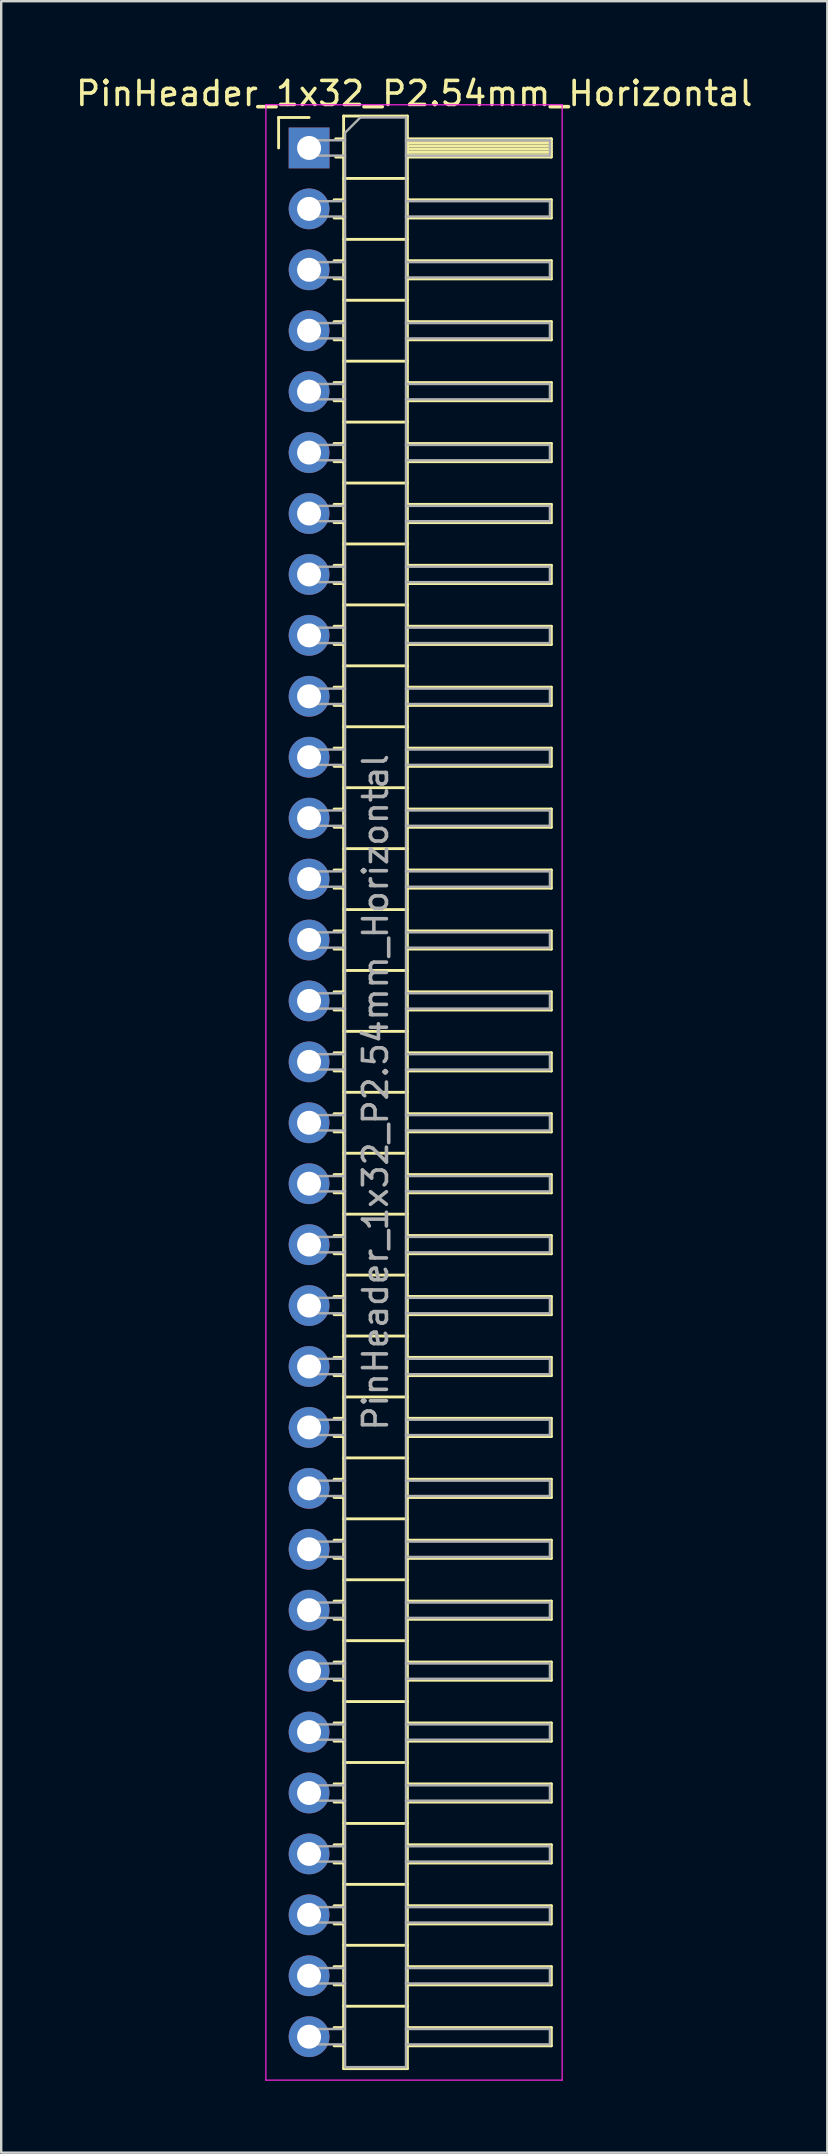
<source format=kicad_pcb>
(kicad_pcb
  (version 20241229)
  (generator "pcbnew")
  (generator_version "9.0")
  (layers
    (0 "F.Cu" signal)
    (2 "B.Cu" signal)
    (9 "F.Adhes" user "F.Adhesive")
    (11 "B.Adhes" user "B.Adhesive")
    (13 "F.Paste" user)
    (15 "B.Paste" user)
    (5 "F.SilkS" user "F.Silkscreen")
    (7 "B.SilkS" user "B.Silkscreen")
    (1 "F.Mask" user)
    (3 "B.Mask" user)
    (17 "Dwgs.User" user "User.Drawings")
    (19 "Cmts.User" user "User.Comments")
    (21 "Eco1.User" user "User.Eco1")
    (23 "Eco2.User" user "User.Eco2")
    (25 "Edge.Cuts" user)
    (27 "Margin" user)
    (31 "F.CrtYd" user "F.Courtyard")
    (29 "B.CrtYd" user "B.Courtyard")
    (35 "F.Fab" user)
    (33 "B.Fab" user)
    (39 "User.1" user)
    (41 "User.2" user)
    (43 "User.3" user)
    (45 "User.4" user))
  (footprint "PinHeader_1x32_P2.54mm_Horizontal"
    (layer "F.Cu")
    (at 9.835 3.118)
    (property "Reference" "PinHeader_1x32_P2.54mm_Horizontal" (at 4.385 -2.27 0) (layer "F.SilkS") (effects (font (size 1 1) (thickness 0.15))))
    (attr through_hole)
    (fp_line (start -1.27 -1.27) (end 0 -1.27) (stroke (width 0.12) (type solid)) (layer "F.SilkS"))
    (fp_line (start -1.27 0) (end -1.27 -1.27) (stroke (width 0.12) (type solid)) (layer "F.SilkS"))
    (fp_line (start 1.043 2.16) (end 1.44 2.16) (stroke (width 0.12) (type solid)) (layer "F.SilkS"))
    (fp_line (start 1.043 2.92) (end 1.44 2.92) (stroke (width 0.12) (type solid)) (layer "F.SilkS"))
    (fp_line (start 1.043 4.7) (end 1.44 4.7) (stroke (width 0.12) (type solid)) (layer "F.SilkS"))
    (fp_line (start 1.043 5.46) (end 1.44 5.46) (stroke (width 0.12) (type solid)) (layer "F.SilkS"))
    (fp_line (start 1.043 7.24) (end 1.44 7.24) (stroke (width 0.12) (type solid)) (layer "F.SilkS"))
    (fp_line (start 1.043 8) (end 1.44 8) (stroke (width 0.12) (type solid)) (layer "F.SilkS"))
    (fp_line (start 1.043 9.78) (end 1.44 9.78) (stroke (width 0.12) (type solid)) (layer "F.SilkS"))
    (fp_line (start 1.043 10.54) (end 1.44 10.54) (stroke (width 0.12) (type solid)) (layer "F.SilkS"))
    (fp_line (start 1.043 12.32) (end 1.44 12.32) (stroke (width 0.12) (type solid)) (layer "F.SilkS"))
    (fp_line (start 1.043 13.08) (end 1.44 13.08) (stroke (width 0.12) (type solid)) (layer "F.SilkS"))
    (fp_line (start 1.043 14.86) (end 1.44 14.86) (stroke (width 0.12) (type solid)) (layer "F.SilkS"))
    (fp_line (start 1.043 15.62) (end 1.44 15.62) (stroke (width 0.12) (type solid)) (layer "F.SilkS"))
    (fp_line (start 1.043 17.4) (end 1.44 17.4) (stroke (width 0.12) (type solid)) (layer "F.SilkS"))
    (fp_line (start 1.043 18.16) (end 1.44 18.16) (stroke (width 0.12) (type solid)) (layer "F.SilkS"))
    (fp_line (start 1.043 19.94) (end 1.44 19.94) (stroke (width 0.12) (type solid)) (layer "F.SilkS"))
    (fp_line (start 1.043 20.7) (end 1.44 20.7) (stroke (width 0.12) (type solid)) (layer "F.SilkS"))
    (fp_line (start 1.043 22.48) (end 1.44 22.48) (stroke (width 0.12) (type solid)) (layer "F.SilkS"))
    (fp_line (start 1.043 23.24) (end 1.44 23.24) (stroke (width 0.12) (type solid)) (layer "F.SilkS"))
    (fp_line (start 1.043 25.02) (end 1.44 25.02) (stroke (width 0.12) (type solid)) (layer "F.SilkS"))
    (fp_line (start 1.043 25.78) (end 1.44 25.78) (stroke (width 0.12) (type solid)) (layer "F.SilkS"))
    (fp_line (start 1.043 27.56) (end 1.44 27.56) (stroke (width 0.12) (type solid)) (layer "F.SilkS"))
    (fp_line (start 1.043 28.32) (end 1.44 28.32) (stroke (width 0.12) (type solid)) (layer "F.SilkS"))
    (fp_line (start 1.043 30.1) (end 1.44 30.1) (stroke (width 0.12) (type solid)) (layer "F.SilkS"))
    (fp_line (start 1.043 30.86) (end 1.44 30.86) (stroke (width 0.12) (type solid)) (layer "F.SilkS"))
    (fp_line (start 1.043 32.64) (end 1.44 32.64) (stroke (width 0.12) (type solid)) (layer "F.SilkS"))
    (fp_line (start 1.043 33.4) (end 1.44 33.4) (stroke (width 0.12) (type solid)) (layer "F.SilkS"))
    (fp_line (start 1.043 35.18) (end 1.44 35.18) (stroke (width 0.12) (type solid)) (layer "F.SilkS"))
    (fp_line (start 1.043 35.94) (end 1.44 35.94) (stroke (width 0.12) (type solid)) (layer "F.SilkS"))
    (fp_line (start 1.043 37.72) (end 1.44 37.72) (stroke (width 0.12) (type solid)) (layer "F.SilkS"))
    (fp_line (start 1.043 38.48) (end 1.44 38.48) (stroke (width 0.12) (type solid)) (layer "F.SilkS"))
    (fp_line (start 1.043 40.26) (end 1.44 40.26) (stroke (width 0.12) (type solid)) (layer "F.SilkS"))
    (fp_line (start 1.043 41.02) (end 1.44 41.02) (stroke (width 0.12) (type solid)) (layer "F.SilkS"))
    (fp_line (start 1.043 42.8) (end 1.44 42.8) (stroke (width 0.12) (type solid)) (layer "F.SilkS"))
    (fp_line (start 1.043 43.56) (end 1.44 43.56) (stroke (width 0.12) (type solid)) (layer "F.SilkS"))
    (fp_line (start 1.043 45.34) (end 1.44 45.34) (stroke (width 0.12) (type solid)) (layer "F.SilkS"))
    (fp_line (start 1.043 46.1) (end 1.44 46.1) (stroke (width 0.12) (type solid)) (layer "F.SilkS"))
    (fp_line (start 1.043 47.88) (end 1.44 47.88) (stroke (width 0.12) (type solid)) (layer "F.SilkS"))
    (fp_line (start 1.043 48.64) (end 1.44 48.64) (stroke (width 0.12) (type solid)) (layer "F.SilkS"))
    (fp_line (start 1.043 50.42) (end 1.44 50.42) (stroke (width 0.12) (type solid)) (layer "F.SilkS"))
    (fp_line (start 1.043 51.18) (end 1.44 51.18) (stroke (width 0.12) (type solid)) (layer "F.SilkS"))
    (fp_line (start 1.043 52.96) (end 1.44 52.96) (stroke (width 0.12) (type solid)) (layer "F.SilkS"))
    (fp_line (start 1.043 53.72) (end 1.44 53.72) (stroke (width 0.12) (type solid)) (layer "F.SilkS"))
    (fp_line (start 1.043 55.5) (end 1.44 55.5) (stroke (width 0.12) (type solid)) (layer "F.SilkS"))
    (fp_line (start 1.043 56.26) (end 1.44 56.26) (stroke (width 0.12) (type solid)) (layer "F.SilkS"))
    (fp_line (start 1.043 58.04) (end 1.44 58.04) (stroke (width 0.12) (type solid)) (layer "F.SilkS"))
    (fp_line (start 1.043 58.8) (end 1.44 58.8) (stroke (width 0.12) (type solid)) (layer "F.SilkS"))
    (fp_line (start 1.043 60.58) (end 1.44 60.58) (stroke (width 0.12) (type solid)) (layer "F.SilkS"))
    (fp_line (start 1.043 61.34) (end 1.44 61.34) (stroke (width 0.12) (type solid)) (layer "F.SilkS"))
    (fp_line (start 1.043 63.12) (end 1.44 63.12) (stroke (width 0.12) (type solid)) (layer "F.SilkS"))
    (fp_line (start 1.043 63.88) (end 1.44 63.88) (stroke (width 0.12) (type solid)) (layer "F.SilkS"))
    (fp_line (start 1.043 65.66) (end 1.44 65.66) (stroke (width 0.12) (type solid)) (layer "F.SilkS"))
    (fp_line (start 1.043 66.42) (end 1.44 66.42) (stroke (width 0.12) (type solid)) (layer "F.SilkS"))
    (fp_line (start 1.043 68.2) (end 1.44 68.2) (stroke (width 0.12) (type solid)) (layer "F.SilkS"))
    (fp_line (start 1.043 68.96) (end 1.44 68.96) (stroke (width 0.12) (type solid)) (layer "F.SilkS"))
    (fp_line (start 1.043 70.74) (end 1.44 70.74) (stroke (width 0.12) (type solid)) (layer "F.SilkS"))
    (fp_line (start 1.043 71.5) (end 1.44 71.5) (stroke (width 0.12) (type solid)) (layer "F.SilkS"))
    (fp_line (start 1.043 73.28) (end 1.44 73.28) (stroke (width 0.12) (type solid)) (layer "F.SilkS"))
    (fp_line (start 1.043 74.04) (end 1.44 74.04) (stroke (width 0.12) (type solid)) (layer "F.SilkS"))
    (fp_line (start 1.043 75.82) (end 1.44 75.82) (stroke (width 0.12) (type solid)) (layer "F.SilkS"))
    (fp_line (start 1.043 76.58) (end 1.44 76.58) (stroke (width 0.12) (type solid)) (layer "F.SilkS"))
    (fp_line (start 1.043 78.36) (end 1.44 78.36) (stroke (width 0.12) (type solid)) (layer "F.SilkS"))
    (fp_line (start 1.043 79.12) (end 1.44 79.12) (stroke (width 0.12) (type solid)) (layer "F.SilkS"))
    (fp_line (start 1.11 -0.38) (end 1.44 -0.38) (stroke (width 0.12) (type solid)) (layer "F.SilkS"))
    (fp_line (start 1.11 0.38) (end 1.44 0.38) (stroke (width 0.12) (type solid)) (layer "F.SilkS"))
    (fp_line (start 1.44 -1.33) (end 1.44 80.07) (stroke (width 0.12) (type solid)) (layer "F.SilkS"))
    (fp_line (start 1.44 1.27) (end 4.1 1.27) (stroke (width 0.12) (type solid)) (layer "F.SilkS"))
    (fp_line (start 1.44 3.81) (end 4.1 3.81) (stroke (width 0.12) (type solid)) (layer "F.SilkS"))
    (fp_line (start 1.44 6.35) (end 4.1 6.35) (stroke (width 0.12) (type solid)) (layer "F.SilkS"))
    (fp_line (start 1.44 8.89) (end 4.1 8.89) (stroke (width 0.12) (type solid)) (layer "F.SilkS"))
    (fp_line (start 1.44 11.43) (end 4.1 11.43) (stroke (width 0.12) (type solid)) (layer "F.SilkS"))
    (fp_line (start 1.44 13.97) (end 4.1 13.97) (stroke (width 0.12) (type solid)) (layer "F.SilkS"))
    (fp_line (start 1.44 16.51) (end 4.1 16.51) (stroke (width 0.12) (type solid)) (layer "F.SilkS"))
    (fp_line (start 1.44 19.05) (end 4.1 19.05) (stroke (width 0.12) (type solid)) (layer "F.SilkS"))
    (fp_line (start 1.44 21.59) (end 4.1 21.59) (stroke (width 0.12) (type solid)) (layer "F.SilkS"))
    (fp_line (start 1.44 24.13) (end 4.1 24.13) (stroke (width 0.12) (type solid)) (layer "F.SilkS"))
    (fp_line (start 1.44 26.67) (end 4.1 26.67) (stroke (width 0.12) (type solid)) (layer "F.SilkS"))
    (fp_line (start 1.44 29.21) (end 4.1 29.21) (stroke (width 0.12) (type solid)) (layer "F.SilkS"))
    (fp_line (start 1.44 31.75) (end 4.1 31.75) (stroke (width 0.12) (type solid)) (layer "F.SilkS"))
    (fp_line (start 1.44 34.29) (end 4.1 34.29) (stroke (width 0.12) (type solid)) (layer "F.SilkS"))
    (fp_line (start 1.44 36.83) (end 4.1 36.83) (stroke (width 0.12) (type solid)) (layer "F.SilkS"))
    (fp_line (start 1.44 39.37) (end 4.1 39.37) (stroke (width 0.12) (type solid)) (layer "F.SilkS"))
    (fp_line (start 1.44 41.91) (end 4.1 41.91) (stroke (width 0.12) (type solid)) (layer "F.SilkS"))
    (fp_line (start 1.44 44.45) (end 4.1 44.45) (stroke (width 0.12) (type solid)) (layer "F.SilkS"))
    (fp_line (start 1.44 46.99) (end 4.1 46.99) (stroke (width 0.12) (type solid)) (layer "F.SilkS"))
    (fp_line (start 1.44 49.53) (end 4.1 49.53) (stroke (width 0.12) (type solid)) (layer "F.SilkS"))
    (fp_line (start 1.44 52.07) (end 4.1 52.07) (stroke (width 0.12) (type solid)) (layer "F.SilkS"))
    (fp_line (start 1.44 54.61) (end 4.1 54.61) (stroke (width 0.12) (type solid)) (layer "F.SilkS"))
    (fp_line (start 1.44 57.15) (end 4.1 57.15) (stroke (width 0.12) (type solid)) (layer "F.SilkS"))
    (fp_line (start 1.44 59.69) (end 4.1 59.69) (stroke (width 0.12) (type solid)) (layer "F.SilkS"))
    (fp_line (start 1.44 62.23) (end 4.1 62.23) (stroke (width 0.12) (type solid)) (layer "F.SilkS"))
    (fp_line (start 1.44 64.77) (end 4.1 64.77) (stroke (width 0.12) (type solid)) (layer "F.SilkS"))
    (fp_line (start 1.44 67.31) (end 4.1 67.31) (stroke (width 0.12) (type solid)) (layer "F.SilkS"))
    (fp_line (start 1.44 69.85) (end 4.1 69.85) (stroke (width 0.12) (type solid)) (layer "F.SilkS"))
    (fp_line (start 1.44 72.39) (end 4.1 72.39) (stroke (width 0.12) (type solid)) (layer "F.SilkS"))
    (fp_line (start 1.44 74.93) (end 4.1 74.93) (stroke (width 0.12) (type solid)) (layer "F.SilkS"))
    (fp_line (start 1.44 77.47) (end 4.1 77.47) (stroke (width 0.12) (type solid)) (layer "F.SilkS"))
    (fp_line (start 1.44 80.07) (end 4.1 80.07) (stroke (width 0.12) (type solid)) (layer "F.SilkS"))
    (fp_line (start 4.1 -1.33) (end 1.44 -1.33) (stroke (width 0.12) (type solid)) (layer "F.SilkS"))
    (fp_line (start 4.1 -0.38) (end 10.1 -0.38) (stroke (width 0.12) (type solid)) (layer "F.SilkS"))
    (fp_line (start 4.1 -0.32) (end 10.1 -0.32) (stroke (width 0.12) (type solid)) (layer "F.SilkS"))
    (fp_line (start 4.1 -0.2) (end 10.1 -0.2) (stroke (width 0.12) (type solid)) (layer "F.SilkS"))
    (fp_line (start 4.1 -0.08) (end 10.1 -0.08) (stroke (width 0.12) (type solid)) (layer "F.SilkS"))
    (fp_line (start 4.1 0.04) (end 10.1 0.04) (stroke (width 0.12) (type solid)) (layer "F.SilkS"))
    (fp_line (start 4.1 0.16) (end 10.1 0.16) (stroke (width 0.12) (type solid)) (layer "F.SilkS"))
    (fp_line (start 4.1 0.28) (end 10.1 0.28) (stroke (width 0.12) (type solid)) (layer "F.SilkS"))
    (fp_line (start 4.1 2.16) (end 10.1 2.16) (stroke (width 0.12) (type solid)) (layer "F.SilkS"))
    (fp_line (start 4.1 4.7) (end 10.1 4.7) (stroke (width 0.12) (type solid)) (layer "F.SilkS"))
    (fp_line (start 4.1 7.24) (end 10.1 7.24) (stroke (width 0.12) (type solid)) (layer "F.SilkS"))
    (fp_line (start 4.1 9.78) (end 10.1 9.78) (stroke (width 0.12) (type solid)) (layer "F.SilkS"))
    (fp_line (start 4.1 12.32) (end 10.1 12.32) (stroke (width 0.12) (type solid)) (layer "F.SilkS"))
    (fp_line (start 4.1 14.86) (end 10.1 14.86) (stroke (width 0.12) (type solid)) (layer "F.SilkS"))
    (fp_line (start 4.1 17.4) (end 10.1 17.4) (stroke (width 0.12) (type solid)) (layer "F.SilkS"))
    (fp_line (start 4.1 19.94) (end 10.1 19.94) (stroke (width 0.12) (type solid)) (layer "F.SilkS"))
    (fp_line (start 4.1 22.48) (end 10.1 22.48) (stroke (width 0.12) (type solid)) (layer "F.SilkS"))
    (fp_line (start 4.1 25.02) (end 10.1 25.02) (stroke (width 0.12) (type solid)) (layer "F.SilkS"))
    (fp_line (start 4.1 27.56) (end 10.1 27.56) (stroke (width 0.12) (type solid)) (layer "F.SilkS"))
    (fp_line (start 4.1 30.1) (end 10.1 30.1) (stroke (width 0.12) (type solid)) (layer "F.SilkS"))
    (fp_line (start 4.1 32.64) (end 10.1 32.64) (stroke (width 0.12) (type solid)) (layer "F.SilkS"))
    (fp_line (start 4.1 35.18) (end 10.1 35.18) (stroke (width 0.12) (type solid)) (layer "F.SilkS"))
    (fp_line (start 4.1 37.72) (end 10.1 37.72) (stroke (width 0.12) (type solid)) (layer "F.SilkS"))
    (fp_line (start 4.1 40.26) (end 10.1 40.26) (stroke (width 0.12) (type solid)) (layer "F.SilkS"))
    (fp_line (start 4.1 42.8) (end 10.1 42.8) (stroke (width 0.12) (type solid)) (layer "F.SilkS"))
    (fp_line (start 4.1 45.34) (end 10.1 45.34) (stroke (width 0.12) (type solid)) (layer "F.SilkS"))
    (fp_line (start 4.1 47.88) (end 10.1 47.88) (stroke (width 0.12) (type solid)) (layer "F.SilkS"))
    (fp_line (start 4.1 50.42) (end 10.1 50.42) (stroke (width 0.12) (type solid)) (layer "F.SilkS"))
    (fp_line (start 4.1 52.96) (end 10.1 52.96) (stroke (width 0.12) (type solid)) (layer "F.SilkS"))
    (fp_line (start 4.1 55.5) (end 10.1 55.5) (stroke (width 0.12) (type solid)) (layer "F.SilkS"))
    (fp_line (start 4.1 58.04) (end 10.1 58.04) (stroke (width 0.12) (type solid)) (layer "F.SilkS"))
    (fp_line (start 4.1 60.58) (end 10.1 60.58) (stroke (width 0.12) (type solid)) (layer "F.SilkS"))
    (fp_line (start 4.1 63.12) (end 10.1 63.12) (stroke (width 0.12) (type solid)) (layer "F.SilkS"))
    (fp_line (start 4.1 65.66) (end 10.1 65.66) (stroke (width 0.12) (type solid)) (layer "F.SilkS"))
    (fp_line (start 4.1 68.2) (end 10.1 68.2) (stroke (width 0.12) (type solid)) (layer "F.SilkS"))
    (fp_line (start 4.1 70.74) (end 10.1 70.74) (stroke (width 0.12) (type solid)) (layer "F.SilkS"))
    (fp_line (start 4.1 73.28) (end 10.1 73.28) (stroke (width 0.12) (type solid)) (layer "F.SilkS"))
    (fp_line (start 4.1 75.82) (end 10.1 75.82) (stroke (width 0.12) (type solid)) (layer "F.SilkS"))
    (fp_line (start 4.1 78.36) (end 10.1 78.36) (stroke (width 0.12) (type solid)) (layer "F.SilkS"))
    (fp_line (start 4.1 80.07) (end 4.1 -1.33) (stroke (width 0.12) (type solid)) (layer "F.SilkS"))
    (fp_line (start 10.1 -0.38) (end 10.1 0.38) (stroke (width 0.12) (type solid)) (layer "F.SilkS"))
    (fp_line (start 10.1 0.38) (end 4.1 0.38) (stroke (width 0.12) (type solid)) (layer "F.SilkS"))
    (fp_line (start 10.1 2.16) (end 10.1 2.92) (stroke (width 0.12) (type solid)) (layer "F.SilkS"))
    (fp_line (start 10.1 2.92) (end 4.1 2.92) (stroke (width 0.12) (type solid)) (layer "F.SilkS"))
    (fp_line (start 10.1 4.7) (end 10.1 5.46) (stroke (width 0.12) (type solid)) (layer "F.SilkS"))
    (fp_line (start 10.1 5.46) (end 4.1 5.46) (stroke (width 0.12) (type solid)) (layer "F.SilkS"))
    (fp_line (start 10.1 7.24) (end 10.1 8) (stroke (width 0.12) (type solid)) (layer "F.SilkS"))
    (fp_line (start 10.1 8) (end 4.1 8) (stroke (width 0.12) (type solid)) (layer "F.SilkS"))
    (fp_line (start 10.1 9.78) (end 10.1 10.54) (stroke (width 0.12) (type solid)) (layer "F.SilkS"))
    (fp_line (start 10.1 10.54) (end 4.1 10.54) (stroke (width 0.12) (type solid)) (layer "F.SilkS"))
    (fp_line (start 10.1 12.32) (end 10.1 13.08) (stroke (width 0.12) (type solid)) (layer "F.SilkS"))
    (fp_line (start 10.1 13.08) (end 4.1 13.08) (stroke (width 0.12) (type solid)) (layer "F.SilkS"))
    (fp_line (start 10.1 14.86) (end 10.1 15.62) (stroke (width 0.12) (type solid)) (layer "F.SilkS"))
    (fp_line (start 10.1 15.62) (end 4.1 15.62) (stroke (width 0.12) (type solid)) (layer "F.SilkS"))
    (fp_line (start 10.1 17.4) (end 10.1 18.16) (stroke (width 0.12) (type solid)) (layer "F.SilkS"))
    (fp_line (start 10.1 18.16) (end 4.1 18.16) (stroke (width 0.12) (type solid)) (layer "F.SilkS"))
    (fp_line (start 10.1 19.94) (end 10.1 20.7) (stroke (width 0.12) (type solid)) (layer "F.SilkS"))
    (fp_line (start 10.1 20.7) (end 4.1 20.7) (stroke (width 0.12) (type solid)) (layer "F.SilkS"))
    (fp_line (start 10.1 22.48) (end 10.1 23.24) (stroke (width 0.12) (type solid)) (layer "F.SilkS"))
    (fp_line (start 10.1 23.24) (end 4.1 23.24) (stroke (width 0.12) (type solid)) (layer "F.SilkS"))
    (fp_line (start 10.1 25.02) (end 10.1 25.78) (stroke (width 0.12) (type solid)) (layer "F.SilkS"))
    (fp_line (start 10.1 25.78) (end 4.1 25.78) (stroke (width 0.12) (type solid)) (layer "F.SilkS"))
    (fp_line (start 10.1 27.56) (end 10.1 28.32) (stroke (width 0.12) (type solid)) (layer "F.SilkS"))
    (fp_line (start 10.1 28.32) (end 4.1 28.32) (stroke (width 0.12) (type solid)) (layer "F.SilkS"))
    (fp_line (start 10.1 30.1) (end 10.1 30.86) (stroke (width 0.12) (type solid)) (layer "F.SilkS"))
    (fp_line (start 10.1 30.86) (end 4.1 30.86) (stroke (width 0.12) (type solid)) (layer "F.SilkS"))
    (fp_line (start 10.1 32.64) (end 10.1 33.4) (stroke (width 0.12) (type solid)) (layer "F.SilkS"))
    (fp_line (start 10.1 33.4) (end 4.1 33.4) (stroke (width 0.12) (type solid)) (layer "F.SilkS"))
    (fp_line (start 10.1 35.18) (end 10.1 35.94) (stroke (width 0.12) (type solid)) (layer "F.SilkS"))
    (fp_line (start 10.1 35.94) (end 4.1 35.94) (stroke (width 0.12) (type solid)) (layer "F.SilkS"))
    (fp_line (start 10.1 37.72) (end 10.1 38.48) (stroke (width 0.12) (type solid)) (layer "F.SilkS"))
    (fp_line (start 10.1 38.48) (end 4.1 38.48) (stroke (width 0.12) (type solid)) (layer "F.SilkS"))
    (fp_line (start 10.1 40.26) (end 10.1 41.02) (stroke (width 0.12) (type solid)) (layer "F.SilkS"))
    (fp_line (start 10.1 41.02) (end 4.1 41.02) (stroke (width 0.12) (type solid)) (layer "F.SilkS"))
    (fp_line (start 10.1 42.8) (end 10.1 43.56) (stroke (width 0.12) (type solid)) (layer "F.SilkS"))
    (fp_line (start 10.1 43.56) (end 4.1 43.56) (stroke (width 0.12) (type solid)) (layer "F.SilkS"))
    (fp_line (start 10.1 45.34) (end 10.1 46.1) (stroke (width 0.12) (type solid)) (layer "F.SilkS"))
    (fp_line (start 10.1 46.1) (end 4.1 46.1) (stroke (width 0.12) (type solid)) (layer "F.SilkS"))
    (fp_line (start 10.1 47.88) (end 10.1 48.64) (stroke (width 0.12) (type solid)) (layer "F.SilkS"))
    (fp_line (start 10.1 48.64) (end 4.1 48.64) (stroke (width 0.12) (type solid)) (layer "F.SilkS"))
    (fp_line (start 10.1 50.42) (end 10.1 51.18) (stroke (width 0.12) (type solid)) (layer "F.SilkS"))
    (fp_line (start 10.1 51.18) (end 4.1 51.18) (stroke (width 0.12) (type solid)) (layer "F.SilkS"))
    (fp_line (start 10.1 52.96) (end 10.1 53.72) (stroke (width 0.12) (type solid)) (layer "F.SilkS"))
    (fp_line (start 10.1 53.72) (end 4.1 53.72) (stroke (width 0.12) (type solid)) (layer "F.SilkS"))
    (fp_line (start 10.1 55.5) (end 10.1 56.26) (stroke (width 0.12) (type solid)) (layer "F.SilkS"))
    (fp_line (start 10.1 56.26) (end 4.1 56.26) (stroke (width 0.12) (type solid)) (layer "F.SilkS"))
    (fp_line (start 10.1 58.04) (end 10.1 58.8) (stroke (width 0.12) (type solid)) (layer "F.SilkS"))
    (fp_line (start 10.1 58.8) (end 4.1 58.8) (stroke (width 0.12) (type solid)) (layer "F.SilkS"))
    (fp_line (start 10.1 60.58) (end 10.1 61.34) (stroke (width 0.12) (type solid)) (layer "F.SilkS"))
    (fp_line (start 10.1 61.34) (end 4.1 61.34) (stroke (width 0.12) (type solid)) (layer "F.SilkS"))
    (fp_line (start 10.1 63.12) (end 10.1 63.88) (stroke (width 0.12) (type solid)) (layer "F.SilkS"))
    (fp_line (start 10.1 63.88) (end 4.1 63.88) (stroke (width 0.12) (type solid)) (layer "F.SilkS"))
    (fp_line (start 10.1 65.66) (end 10.1 66.42) (stroke (width 0.12) (type solid)) (layer "F.SilkS"))
    (fp_line (start 10.1 66.42) (end 4.1 66.42) (stroke (width 0.12) (type solid)) (layer "F.SilkS"))
    (fp_line (start 10.1 68.2) (end 10.1 68.96) (stroke (width 0.12) (type solid)) (layer "F.SilkS"))
    (fp_line (start 10.1 68.96) (end 4.1 68.96) (stroke (width 0.12) (type solid)) (layer "F.SilkS"))
    (fp_line (start 10.1 70.74) (end 10.1 71.5) (stroke (width 0.12) (type solid)) (layer "F.SilkS"))
    (fp_line (start 10.1 71.5) (end 4.1 71.5) (stroke (width 0.12) (type solid)) (layer "F.SilkS"))
    (fp_line (start 10.1 73.28) (end 10.1 74.04) (stroke (width 0.12) (type solid)) (layer "F.SilkS"))
    (fp_line (start 10.1 74.04) (end 4.1 74.04) (stroke (width 0.12) (type solid)) (layer "F.SilkS"))
    (fp_line (start 10.1 75.82) (end 10.1 76.58) (stroke (width 0.12) (type solid)) (layer "F.SilkS"))
    (fp_line (start 10.1 76.58) (end 4.1 76.58) (stroke (width 0.12) (type solid)) (layer "F.SilkS"))
    (fp_line (start 10.1 78.36) (end 10.1 79.12) (stroke (width 0.12) (type solid)) (layer "F.SilkS"))
    (fp_line (start 10.1 79.12) (end 4.1 79.12) (stroke (width 0.12) (type solid)) (layer "F.SilkS"))
    (fp_line (start -1.8 -1.8) (end -1.8 80.55) (stroke (width 0.05) (type solid)) (layer "F.CrtYd"))
    (fp_line (start -1.8 80.55) (end 10.55 80.55) (stroke (width 0.05) (type solid)) (layer "F.CrtYd"))
    (fp_line (start 10.55 -1.8) (end -1.8 -1.8) (stroke (width 0.05) (type solid)) (layer "F.CrtYd"))
    (fp_line (start 10.55 80.55) (end 10.55 -1.8) (stroke (width 0.05) (type solid)) (layer "F.CrtYd"))
    (fp_line (start -0.32 -0.32) (end -0.32 0.32) (stroke (width 0.1) (type solid)) (layer "F.Fab"))
    (fp_line (start -0.32 -0.32) (end 1.5 -0.32) (stroke (width 0.1) (type solid)) (layer "F.Fab"))
    (fp_line (start -0.32 0.32) (end 1.5 0.32) (stroke (width 0.1) (type solid)) (layer "F.Fab"))
    (fp_line (start -0.32 2.22) (end -0.32 2.86) (stroke (width 0.1) (type solid)) (layer "F.Fab"))
    (fp_line (start -0.32 2.22) (end 1.5 2.22) (stroke (width 0.1) (type solid)) (layer "F.Fab"))
    (fp_line (start -0.32 2.86) (end 1.5 2.86) (stroke (width 0.1) (type solid)) (layer "F.Fab"))
    (fp_line (start -0.32 4.76) (end -0.32 5.4) (stroke (width 0.1) (type solid)) (layer "F.Fab"))
    (fp_line (start -0.32 4.76) (end 1.5 4.76) (stroke (width 0.1) (type solid)) (layer "F.Fab"))
    (fp_line (start -0.32 5.4) (end 1.5 5.4) (stroke (width 0.1) (type solid)) (layer "F.Fab"))
    (fp_line (start -0.32 7.3) (end -0.32 7.94) (stroke (width 0.1) (type solid)) (layer "F.Fab"))
    (fp_line (start -0.32 7.3) (end 1.5 7.3) (stroke (width 0.1) (type solid)) (layer "F.Fab"))
    (fp_line (start -0.32 7.94) (end 1.5 7.94) (stroke (width 0.1) (type solid)) (layer "F.Fab"))
    (fp_line (start -0.32 9.84) (end -0.32 10.48) (stroke (width 0.1) (type solid)) (layer "F.Fab"))
    (fp_line (start -0.32 9.84) (end 1.5 9.84) (stroke (width 0.1) (type solid)) (layer "F.Fab"))
    (fp_line (start -0.32 10.48) (end 1.5 10.48) (stroke (width 0.1) (type solid)) (layer "F.Fab"))
    (fp_line (start -0.32 12.38) (end -0.32 13.02) (stroke (width 0.1) (type solid)) (layer "F.Fab"))
    (fp_line (start -0.32 12.38) (end 1.5 12.38) (stroke (width 0.1) (type solid)) (layer "F.Fab"))
    (fp_line (start -0.32 13.02) (end 1.5 13.02) (stroke (width 0.1) (type solid)) (layer "F.Fab"))
    (fp_line (start -0.32 14.92) (end -0.32 15.56) (stroke (width 0.1) (type solid)) (layer "F.Fab"))
    (fp_line (start -0.32 14.92) (end 1.5 14.92) (stroke (width 0.1) (type solid)) (layer "F.Fab"))
    (fp_line (start -0.32 15.56) (end 1.5 15.56) (stroke (width 0.1) (type solid)) (layer "F.Fab"))
    (fp_line (start -0.32 17.46) (end -0.32 18.1) (stroke (width 0.1) (type solid)) (layer "F.Fab"))
    (fp_line (start -0.32 17.46) (end 1.5 17.46) (stroke (width 0.1) (type solid)) (layer "F.Fab"))
    (fp_line (start -0.32 18.1) (end 1.5 18.1) (stroke (width 0.1) (type solid)) (layer "F.Fab"))
    (fp_line (start -0.32 20) (end -0.32 20.64) (stroke (width 0.1) (type solid)) (layer "F.Fab"))
    (fp_line (start -0.32 20) (end 1.5 20) (stroke (width 0.1) (type solid)) (layer "F.Fab"))
    (fp_line (start -0.32 20.64) (end 1.5 20.64) (stroke (width 0.1) (type solid)) (layer "F.Fab"))
    (fp_line (start -0.32 22.54) (end -0.32 23.18) (stroke (width 0.1) (type solid)) (layer "F.Fab"))
    (fp_line (start -0.32 22.54) (end 1.5 22.54) (stroke (width 0.1) (type solid)) (layer "F.Fab"))
    (fp_line (start -0.32 23.18) (end 1.5 23.18) (stroke (width 0.1) (type solid)) (layer "F.Fab"))
    (fp_line (start -0.32 25.08) (end -0.32 25.72) (stroke (width 0.1) (type solid)) (layer "F.Fab"))
    (fp_line (start -0.32 25.08) (end 1.5 25.08) (stroke (width 0.1) (type solid)) (layer "F.Fab"))
    (fp_line (start -0.32 25.72) (end 1.5 25.72) (stroke (width 0.1) (type solid)) (layer "F.Fab"))
    (fp_line (start -0.32 27.62) (end -0.32 28.26) (stroke (width 0.1) (type solid)) (layer "F.Fab"))
    (fp_line (start -0.32 27.62) (end 1.5 27.62) (stroke (width 0.1) (type solid)) (layer "F.Fab"))
    (fp_line (start -0.32 28.26) (end 1.5 28.26) (stroke (width 0.1) (type solid)) (layer "F.Fab"))
    (fp_line (start -0.32 30.16) (end -0.32 30.8) (stroke (width 0.1) (type solid)) (layer "F.Fab"))
    (fp_line (start -0.32 30.16) (end 1.5 30.16) (stroke (width 0.1) (type solid)) (layer "F.Fab"))
    (fp_line (start -0.32 30.8) (end 1.5 30.8) (stroke (width 0.1) (type solid)) (layer "F.Fab"))
    (fp_line (start -0.32 32.7) (end -0.32 33.34) (stroke (width 0.1) (type solid)) (layer "F.Fab"))
    (fp_line (start -0.32 32.7) (end 1.5 32.7) (stroke (width 0.1) (type solid)) (layer "F.Fab"))
    (fp_line (start -0.32 33.34) (end 1.5 33.34) (stroke (width 0.1) (type solid)) (layer "F.Fab"))
    (fp_line (start -0.32 35.24) (end -0.32 35.88) (stroke (width 0.1) (type solid)) (layer "F.Fab"))
    (fp_line (start -0.32 35.24) (end 1.5 35.24) (stroke (width 0.1) (type solid)) (layer "F.Fab"))
    (fp_line (start -0.32 35.88) (end 1.5 35.88) (stroke (width 0.1) (type solid)) (layer "F.Fab"))
    (fp_line (start -0.32 37.78) (end -0.32 38.42) (stroke (width 0.1) (type solid)) (layer "F.Fab"))
    (fp_line (start -0.32 37.78) (end 1.5 37.78) (stroke (width 0.1) (type solid)) (layer "F.Fab"))
    (fp_line (start -0.32 38.42) (end 1.5 38.42) (stroke (width 0.1) (type solid)) (layer "F.Fab"))
    (fp_line (start -0.32 40.32) (end -0.32 40.96) (stroke (width 0.1) (type solid)) (layer "F.Fab"))
    (fp_line (start -0.32 40.32) (end 1.5 40.32) (stroke (width 0.1) (type solid)) (layer "F.Fab"))
    (fp_line (start -0.32 40.96) (end 1.5 40.96) (stroke (width 0.1) (type solid)) (layer "F.Fab"))
    (fp_line (start -0.32 42.86) (end -0.32 43.5) (stroke (width 0.1) (type solid)) (layer "F.Fab"))
    (fp_line (start -0.32 42.86) (end 1.5 42.86) (stroke (width 0.1) (type solid)) (layer "F.Fab"))
    (fp_line (start -0.32 43.5) (end 1.5 43.5) (stroke (width 0.1) (type solid)) (layer "F.Fab"))
    (fp_line (start -0.32 45.4) (end -0.32 46.04) (stroke (width 0.1) (type solid)) (layer "F.Fab"))
    (fp_line (start -0.32 45.4) (end 1.5 45.4) (stroke (width 0.1) (type solid)) (layer "F.Fab"))
    (fp_line (start -0.32 46.04) (end 1.5 46.04) (stroke (width 0.1) (type solid)) (layer "F.Fab"))
    (fp_line (start -0.32 47.94) (end -0.32 48.58) (stroke (width 0.1) (type solid)) (layer "F.Fab"))
    (fp_line (start -0.32 47.94) (end 1.5 47.94) (stroke (width 0.1) (type solid)) (layer "F.Fab"))
    (fp_line (start -0.32 48.58) (end 1.5 48.58) (stroke (width 0.1) (type solid)) (layer "F.Fab"))
    (fp_line (start -0.32 50.48) (end -0.32 51.12) (stroke (width 0.1) (type solid)) (layer "F.Fab"))
    (fp_line (start -0.32 50.48) (end 1.5 50.48) (stroke (width 0.1) (type solid)) (layer "F.Fab"))
    (fp_line (start -0.32 51.12) (end 1.5 51.12) (stroke (width 0.1) (type solid)) (layer "F.Fab"))
    (fp_line (start -0.32 53.02) (end -0.32 53.66) (stroke (width 0.1) (type solid)) (layer "F.Fab"))
    (fp_line (start -0.32 53.02) (end 1.5 53.02) (stroke (width 0.1) (type solid)) (layer "F.Fab"))
    (fp_line (start -0.32 53.66) (end 1.5 53.66) (stroke (width 0.1) (type solid)) (layer "F.Fab"))
    (fp_line (start -0.32 55.56) (end -0.32 56.2) (stroke (width 0.1) (type solid)) (layer "F.Fab"))
    (fp_line (start -0.32 55.56) (end 1.5 55.56) (stroke (width 0.1) (type solid)) (layer "F.Fab"))
    (fp_line (start -0.32 56.2) (end 1.5 56.2) (stroke (width 0.1) (type solid)) (layer "F.Fab"))
    (fp_line (start -0.32 58.1) (end -0.32 58.74) (stroke (width 0.1) (type solid)) (layer "F.Fab"))
    (fp_line (start -0.32 58.1) (end 1.5 58.1) (stroke (width 0.1) (type solid)) (layer "F.Fab"))
    (fp_line (start -0.32 58.74) (end 1.5 58.74) (stroke (width 0.1) (type solid)) (layer "F.Fab"))
    (fp_line (start -0.32 60.64) (end -0.32 61.28) (stroke (width 0.1) (type solid)) (layer "F.Fab"))
    (fp_line (start -0.32 60.64) (end 1.5 60.64) (stroke (width 0.1) (type solid)) (layer "F.Fab"))
    (fp_line (start -0.32 61.28) (end 1.5 61.28) (stroke (width 0.1) (type solid)) (layer "F.Fab"))
    (fp_line (start -0.32 63.18) (end -0.32 63.82) (stroke (width 0.1) (type solid)) (layer "F.Fab"))
    (fp_line (start -0.32 63.18) (end 1.5 63.18) (stroke (width 0.1) (type solid)) (layer "F.Fab"))
    (fp_line (start -0.32 63.82) (end 1.5 63.82) (stroke (width 0.1) (type solid)) (layer "F.Fab"))
    (fp_line (start -0.32 65.72) (end -0.32 66.36) (stroke (width 0.1) (type solid)) (layer "F.Fab"))
    (fp_line (start -0.32 65.72) (end 1.5 65.72) (stroke (width 0.1) (type solid)) (layer "F.Fab"))
    (fp_line (start -0.32 66.36) (end 1.5 66.36) (stroke (width 0.1) (type solid)) (layer "F.Fab"))
    (fp_line (start -0.32 68.26) (end -0.32 68.9) (stroke (width 0.1) (type solid)) (layer "F.Fab"))
    (fp_line (start -0.32 68.26) (end 1.5 68.26) (stroke (width 0.1) (type solid)) (layer "F.Fab"))
    (fp_line (start -0.32 68.9) (end 1.5 68.9) (stroke (width 0.1) (type solid)) (layer "F.Fab"))
    (fp_line (start -0.32 70.8) (end -0.32 71.44) (stroke (width 0.1) (type solid)) (layer "F.Fab"))
    (fp_line (start -0.32 70.8) (end 1.5 70.8) (stroke (width 0.1) (type solid)) (layer "F.Fab"))
    (fp_line (start -0.32 71.44) (end 1.5 71.44) (stroke (width 0.1) (type solid)) (layer "F.Fab"))
    (fp_line (start -0.32 73.34) (end -0.32 73.98) (stroke (width 0.1) (type solid)) (layer "F.Fab"))
    (fp_line (start -0.32 73.34) (end 1.5 73.34) (stroke (width 0.1) (type solid)) (layer "F.Fab"))
    (fp_line (start -0.32 73.98) (end 1.5 73.98) (stroke (width 0.1) (type solid)) (layer "F.Fab"))
    (fp_line (start -0.32 75.88) (end -0.32 76.52) (stroke (width 0.1) (type solid)) (layer "F.Fab"))
    (fp_line (start -0.32 75.88) (end 1.5 75.88) (stroke (width 0.1) (type solid)) (layer "F.Fab"))
    (fp_line (start -0.32 76.52) (end 1.5 76.52) (stroke (width 0.1) (type solid)) (layer "F.Fab"))
    (fp_line (start -0.32 78.42) (end -0.32 79.06) (stroke (width 0.1) (type solid)) (layer "F.Fab"))
    (fp_line (start -0.32 78.42) (end 1.5 78.42) (stroke (width 0.1) (type solid)) (layer "F.Fab"))
    (fp_line (start -0.32 79.06) (end 1.5 79.06) (stroke (width 0.1) (type solid)) (layer "F.Fab"))
    (fp_line (start 1.5 -0.635) (end 2.135 -1.27) (stroke (width 0.1) (type solid)) (layer "F.Fab"))
    (fp_line (start 1.5 80.01) (end 1.5 -0.635) (stroke (width 0.1) (type solid)) (layer "F.Fab"))
    (fp_line (start 2.135 -1.27) (end 4.04 -1.27) (stroke (width 0.1) (type solid)) (layer "F.Fab"))
    (fp_line (start 4.04 -1.27) (end 4.04 80.01) (stroke (width 0.1) (type solid)) (layer "F.Fab"))
    (fp_line (start 4.04 -0.32) (end 10.04 -0.32) (stroke (width 0.1) (type solid)) (layer "F.Fab"))
    (fp_line (start 4.04 0.32) (end 10.04 0.32) (stroke (width 0.1) (type solid)) (layer "F.Fab"))
    (fp_line (start 4.04 2.22) (end 10.04 2.22) (stroke (width 0.1) (type solid)) (layer "F.Fab"))
    (fp_line (start 4.04 2.86) (end 10.04 2.86) (stroke (width 0.1) (type solid)) (layer "F.Fab"))
    (fp_line (start 4.04 4.76) (end 10.04 4.76) (stroke (width 0.1) (type solid)) (layer "F.Fab"))
    (fp_line (start 4.04 5.4) (end 10.04 5.4) (stroke (width 0.1) (type solid)) (layer "F.Fab"))
    (fp_line (start 4.04 7.3) (end 10.04 7.3) (stroke (width 0.1) (type solid)) (layer "F.Fab"))
    (fp_line (start 4.04 7.94) (end 10.04 7.94) (stroke (width 0.1) (type solid)) (layer "F.Fab"))
    (fp_line (start 4.04 9.84) (end 10.04 9.84) (stroke (width 0.1) (type solid)) (layer "F.Fab"))
    (fp_line (start 4.04 10.48) (end 10.04 10.48) (stroke (width 0.1) (type solid)) (layer "F.Fab"))
    (fp_line (start 4.04 12.38) (end 10.04 12.38) (stroke (width 0.1) (type solid)) (layer "F.Fab"))
    (fp_line (start 4.04 13.02) (end 10.04 13.02) (stroke (width 0.1) (type solid)) (layer "F.Fab"))
    (fp_line (start 4.04 14.92) (end 10.04 14.92) (stroke (width 0.1) (type solid)) (layer "F.Fab"))
    (fp_line (start 4.04 15.56) (end 10.04 15.56) (stroke (width 0.1) (type solid)) (layer "F.Fab"))
    (fp_line (start 4.04 17.46) (end 10.04 17.46) (stroke (width 0.1) (type solid)) (layer "F.Fab"))
    (fp_line (start 4.04 18.1) (end 10.04 18.1) (stroke (width 0.1) (type solid)) (layer "F.Fab"))
    (fp_line (start 4.04 20) (end 10.04 20) (stroke (width 0.1) (type solid)) (layer "F.Fab"))
    (fp_line (start 4.04 20.64) (end 10.04 20.64) (stroke (width 0.1) (type solid)) (layer "F.Fab"))
    (fp_line (start 4.04 22.54) (end 10.04 22.54) (stroke (width 0.1) (type solid)) (layer "F.Fab"))
    (fp_line (start 4.04 23.18) (end 10.04 23.18) (stroke (width 0.1) (type solid)) (layer "F.Fab"))
    (fp_line (start 4.04 25.08) (end 10.04 25.08) (stroke (width 0.1) (type solid)) (layer "F.Fab"))
    (fp_line (start 4.04 25.72) (end 10.04 25.72) (stroke (width 0.1) (type solid)) (layer "F.Fab"))
    (fp_line (start 4.04 27.62) (end 10.04 27.62) (stroke (width 0.1) (type solid)) (layer "F.Fab"))
    (fp_line (start 4.04 28.26) (end 10.04 28.26) (stroke (width 0.1) (type solid)) (layer "F.Fab"))
    (fp_line (start 4.04 30.16) (end 10.04 30.16) (stroke (width 0.1) (type solid)) (layer "F.Fab"))
    (fp_line (start 4.04 30.8) (end 10.04 30.8) (stroke (width 0.1) (type solid)) (layer "F.Fab"))
    (fp_line (start 4.04 32.7) (end 10.04 32.7) (stroke (width 0.1) (type solid)) (layer "F.Fab"))
    (fp_line (start 4.04 33.34) (end 10.04 33.34) (stroke (width 0.1) (type solid)) (layer "F.Fab"))
    (fp_line (start 4.04 35.24) (end 10.04 35.24) (stroke (width 0.1) (type solid)) (layer "F.Fab"))
    (fp_line (start 4.04 35.88) (end 10.04 35.88) (stroke (width 0.1) (type solid)) (layer "F.Fab"))
    (fp_line (start 4.04 37.78) (end 10.04 37.78) (stroke (width 0.1) (type solid)) (layer "F.Fab"))
    (fp_line (start 4.04 38.42) (end 10.04 38.42) (stroke (width 0.1) (type solid)) (layer "F.Fab"))
    (fp_line (start 4.04 40.32) (end 10.04 40.32) (stroke (width 0.1) (type solid)) (layer "F.Fab"))
    (fp_line (start 4.04 40.96) (end 10.04 40.96) (stroke (width 0.1) (type solid)) (layer "F.Fab"))
    (fp_line (start 4.04 42.86) (end 10.04 42.86) (stroke (width 0.1) (type solid)) (layer "F.Fab"))
    (fp_line (start 4.04 43.5) (end 10.04 43.5) (stroke (width 0.1) (type solid)) (layer "F.Fab"))
    (fp_line (start 4.04 45.4) (end 10.04 45.4) (stroke (width 0.1) (type solid)) (layer "F.Fab"))
    (fp_line (start 4.04 46.04) (end 10.04 46.04) (stroke (width 0.1) (type solid)) (layer "F.Fab"))
    (fp_line (start 4.04 47.94) (end 10.04 47.94) (stroke (width 0.1) (type solid)) (layer "F.Fab"))
    (fp_line (start 4.04 48.58) (end 10.04 48.58) (stroke (width 0.1) (type solid)) (layer "F.Fab"))
    (fp_line (start 4.04 50.48) (end 10.04 50.48) (stroke (width 0.1) (type solid)) (layer "F.Fab"))
    (fp_line (start 4.04 51.12) (end 10.04 51.12) (stroke (width 0.1) (type solid)) (layer "F.Fab"))
    (fp_line (start 4.04 53.02) (end 10.04 53.02) (stroke (width 0.1) (type solid)) (layer "F.Fab"))
    (fp_line (start 4.04 53.66) (end 10.04 53.66) (stroke (width 0.1) (type solid)) (layer "F.Fab"))
    (fp_line (start 4.04 55.56) (end 10.04 55.56) (stroke (width 0.1) (type solid)) (layer "F.Fab"))
    (fp_line (start 4.04 56.2) (end 10.04 56.2) (stroke (width 0.1) (type solid)) (layer "F.Fab"))
    (fp_line (start 4.04 58.1) (end 10.04 58.1) (stroke (width 0.1) (type solid)) (layer "F.Fab"))
    (fp_line (start 4.04 58.74) (end 10.04 58.74) (stroke (width 0.1) (type solid)) (layer "F.Fab"))
    (fp_line (start 4.04 60.64) (end 10.04 60.64) (stroke (width 0.1) (type solid)) (layer "F.Fab"))
    (fp_line (start 4.04 61.28) (end 10.04 61.28) (stroke (width 0.1) (type solid)) (layer "F.Fab"))
    (fp_line (start 4.04 63.18) (end 10.04 63.18) (stroke (width 0.1) (type solid)) (layer "F.Fab"))
    (fp_line (start 4.04 63.82) (end 10.04 63.82) (stroke (width 0.1) (type solid)) (layer "F.Fab"))
    (fp_line (start 4.04 65.72) (end 10.04 65.72) (stroke (width 0.1) (type solid)) (layer "F.Fab"))
    (fp_line (start 4.04 66.36) (end 10.04 66.36) (stroke (width 0.1) (type solid)) (layer "F.Fab"))
    (fp_line (start 4.04 68.26) (end 10.04 68.26) (stroke (width 0.1) (type solid)) (layer "F.Fab"))
    (fp_line (start 4.04 68.9) (end 10.04 68.9) (stroke (width 0.1) (type solid)) (layer "F.Fab"))
    (fp_line (start 4.04 70.8) (end 10.04 70.8) (stroke (width 0.1) (type solid)) (layer "F.Fab"))
    (fp_line (start 4.04 71.44) (end 10.04 71.44) (stroke (width 0.1) (type solid)) (layer "F.Fab"))
    (fp_line (start 4.04 73.34) (end 10.04 73.34) (stroke (width 0.1) (type solid)) (layer "F.Fab"))
    (fp_line (start 4.04 73.98) (end 10.04 73.98) (stroke (width 0.1) (type solid)) (layer "F.Fab"))
    (fp_line (start 4.04 75.88) (end 10.04 75.88) (stroke (width 0.1) (type solid)) (layer "F.Fab"))
    (fp_line (start 4.04 76.52) (end 10.04 76.52) (stroke (width 0.1) (type solid)) (layer "F.Fab"))
    (fp_line (start 4.04 78.42) (end 10.04 78.42) (stroke (width 0.1) (type solid)) (layer "F.Fab"))
    (fp_line (start 4.04 79.06) (end 10.04 79.06) (stroke (width 0.1) (type solid)) (layer "F.Fab"))
    (fp_line (start 4.04 80.01) (end 1.5 80.01) (stroke (width 0.1) (type solid)) (layer "F.Fab"))
    (fp_line (start 10.04 -0.32) (end 10.04 0.32) (stroke (width 0.1) (type solid)) (layer "F.Fab"))
    (fp_line (start 10.04 2.22) (end 10.04 2.86) (stroke (width 0.1) (type solid)) (layer "F.Fab"))
    (fp_line (start 10.04 4.76) (end 10.04 5.4) (stroke (width 0.1) (type solid)) (layer "F.Fab"))
    (fp_line (start 10.04 7.3) (end 10.04 7.94) (stroke (width 0.1) (type solid)) (layer "F.Fab"))
    (fp_line (start 10.04 9.84) (end 10.04 10.48) (stroke (width 0.1) (type solid)) (layer "F.Fab"))
    (fp_line (start 10.04 12.38) (end 10.04 13.02) (stroke (width 0.1) (type solid)) (layer "F.Fab"))
    (fp_line (start 10.04 14.92) (end 10.04 15.56) (stroke (width 0.1) (type solid)) (layer "F.Fab"))
    (fp_line (start 10.04 17.46) (end 10.04 18.1) (stroke (width 0.1) (type solid)) (layer "F.Fab"))
    (fp_line (start 10.04 20) (end 10.04 20.64) (stroke (width 0.1) (type solid)) (layer "F.Fab"))
    (fp_line (start 10.04 22.54) (end 10.04 23.18) (stroke (width 0.1) (type solid)) (layer "F.Fab"))
    (fp_line (start 10.04 25.08) (end 10.04 25.72) (stroke (width 0.1) (type solid)) (layer "F.Fab"))
    (fp_line (start 10.04 27.62) (end 10.04 28.26) (stroke (width 0.1) (type solid)) (layer "F.Fab"))
    (fp_line (start 10.04 30.16) (end 10.04 30.8) (stroke (width 0.1) (type solid)) (layer "F.Fab"))
    (fp_line (start 10.04 32.7) (end 10.04 33.34) (stroke (width 0.1) (type solid)) (layer "F.Fab"))
    (fp_line (start 10.04 35.24) (end 10.04 35.88) (stroke (width 0.1) (type solid)) (layer "F.Fab"))
    (fp_line (start 10.04 37.78) (end 10.04 38.42) (stroke (width 0.1) (type solid)) (layer "F.Fab"))
    (fp_line (start 10.04 40.32) (end 10.04 40.96) (stroke (width 0.1) (type solid)) (layer "F.Fab"))
    (fp_line (start 10.04 42.86) (end 10.04 43.5) (stroke (width 0.1) (type solid)) (layer "F.Fab"))
    (fp_line (start 10.04 45.4) (end 10.04 46.04) (stroke (width 0.1) (type solid)) (layer "F.Fab"))
    (fp_line (start 10.04 47.94) (end 10.04 48.58) (stroke (width 0.1) (type solid)) (layer "F.Fab"))
    (fp_line (start 10.04 50.48) (end 10.04 51.12) (stroke (width 0.1) (type solid)) (layer "F.Fab"))
    (fp_line (start 10.04 53.02) (end 10.04 53.66) (stroke (width 0.1) (type solid)) (layer "F.Fab"))
    (fp_line (start 10.04 55.56) (end 10.04 56.2) (stroke (width 0.1) (type solid)) (layer "F.Fab"))
    (fp_line (start 10.04 58.1) (end 10.04 58.74) (stroke (width 0.1) (type solid)) (layer "F.Fab"))
    (fp_line (start 10.04 60.64) (end 10.04 61.28) (stroke (width 0.1) (type solid)) (layer "F.Fab"))
    (fp_line (start 10.04 63.18) (end 10.04 63.82) (stroke (width 0.1) (type solid)) (layer "F.Fab"))
    (fp_line (start 10.04 65.72) (end 10.04 66.36) (stroke (width 0.1) (type solid)) (layer "F.Fab"))
    (fp_line (start 10.04 68.26) (end 10.04 68.9) (stroke (width 0.1) (type solid)) (layer "F.Fab"))
    (fp_line (start 10.04 70.8) (end 10.04 71.44) (stroke (width 0.1) (type solid)) (layer "F.Fab"))
    (fp_line (start 10.04 73.34) (end 10.04 73.98) (stroke (width 0.1) (type solid)) (layer "F.Fab"))
    (fp_line (start 10.04 75.88) (end 10.04 76.52) (stroke (width 0.1) (type solid)) (layer "F.Fab"))
    (fp_line (start 10.04 78.42) (end 10.04 79.06) (stroke (width 0.1) (type solid)) (layer "F.Fab"))
    (fp_text user "${REFERENCE}" (at 2.77 39.37 90) (layer "F.Fab") (effects (font (size 1 1) (thickness 0.15))))
    (pad "1" thru_hole rect (at 0 0) (size 1.7 1.7) (drill 1) (layers "*.Cu" "*.Mask"))
    (pad "2" thru_hole oval (at 0 2.54) (size 1.7 1.7) (drill 1) (layers "*.Cu" "*.Mask"))
    (pad "3" thru_hole oval (at 0 5.08) (size 1.7 1.7) (drill 1) (layers "*.Cu" "*.Mask"))
    (pad "4" thru_hole oval (at 0 7.62) (size 1.7 1.7) (drill 1) (layers "*.Cu" "*.Mask"))
    (pad "5" thru_hole oval (at 0 10.16) (size 1.7 1.7) (drill 1) (layers "*.Cu" "*.Mask"))
    (pad "6" thru_hole oval (at 0 12.7) (size 1.7 1.7) (drill 1) (layers "*.Cu" "*.Mask"))
    (pad "7" thru_hole oval (at 0 15.24) (size 1.7 1.7) (drill 1) (layers "*.Cu" "*.Mask"))
    (pad "8" thru_hole oval (at 0 17.78) (size 1.7 1.7) (drill 1) (layers "*.Cu" "*.Mask"))
    (pad "9" thru_hole oval (at 0 20.32) (size 1.7 1.7) (drill 1) (layers "*.Cu" "*.Mask"))
    (pad "10" thru_hole oval (at 0 22.86) (size 1.7 1.7) (drill 1) (layers "*.Cu" "*.Mask"))
    (pad "11" thru_hole oval (at 0 25.4) (size 1.7 1.7) (drill 1) (layers "*.Cu" "*.Mask"))
    (pad "12" thru_hole oval (at 0 27.94) (size 1.7 1.7) (drill 1) (layers "*.Cu" "*.Mask"))
    (pad "13" thru_hole oval (at 0 30.48) (size 1.7 1.7) (drill 1) (layers "*.Cu" "*.Mask"))
    (pad "14" thru_hole oval (at 0 33.02) (size 1.7 1.7) (drill 1) (layers "*.Cu" "*.Mask"))
    (pad "15" thru_hole oval (at 0 35.56) (size 1.7 1.7) (drill 1) (layers "*.Cu" "*.Mask"))
    (pad "16" thru_hole oval (at 0 38.1) (size 1.7 1.7) (drill 1) (layers "*.Cu" "*.Mask"))
    (pad "17" thru_hole oval (at 0 40.64) (size 1.7 1.7) (drill 1) (layers "*.Cu" "*.Mask"))
    (pad "18" thru_hole oval (at 0 43.18) (size 1.7 1.7) (drill 1) (layers "*.Cu" "*.Mask"))
    (pad "19" thru_hole oval (at 0 45.72) (size 1.7 1.7) (drill 1) (layers "*.Cu" "*.Mask"))
    (pad "20" thru_hole oval (at 0 48.26) (size 1.7 1.7) (drill 1) (layers "*.Cu" "*.Mask"))
    (pad "21" thru_hole oval (at 0 50.8) (size 1.7 1.7) (drill 1) (layers "*.Cu" "*.Mask"))
    (pad "22" thru_hole oval (at 0 53.34) (size 1.7 1.7) (drill 1) (layers "*.Cu" "*.Mask"))
    (pad "23" thru_hole oval (at 0 55.88) (size 1.7 1.7) (drill 1) (layers "*.Cu" "*.Mask"))
    (pad "24" thru_hole oval (at 0 58.42) (size 1.7 1.7) (drill 1) (layers "*.Cu" "*.Mask"))
    (pad "25" thru_hole oval (at 0 60.96) (size 1.7 1.7) (drill 1) (layers "*.Cu" "*.Mask"))
    (pad "26" thru_hole oval (at 0 63.5) (size 1.7 1.7) (drill 1) (layers "*.Cu" "*.Mask"))
    (pad "27" thru_hole oval (at 0 66.04) (size 1.7 1.7) (drill 1) (layers "*.Cu" "*.Mask"))
    (pad "28" thru_hole oval (at 0 68.58) (size 1.7 1.7) (drill 1) (layers "*.Cu" "*.Mask"))
    (pad "29" thru_hole oval (at 0 71.12) (size 1.7 1.7) (drill 1) (layers "*.Cu" "*.Mask"))
    (pad "30" thru_hole oval (at 0 73.66) (size 1.7 1.7) (drill 1) (layers "*.Cu" "*.Mask"))
    (pad "31" thru_hole oval (at 0 76.2) (size 1.7 1.7) (drill 1) (layers "*.Cu" "*.Mask"))
    (pad "32" thru_hole oval (at 0 78.74) (size 1.7 1.7) (drill 1) (layers "*.Cu" "*.Mask")))
  (gr_rect
    (start -3 -3)
    (end 31.44 86.693)
    (stroke (width 0.1) (type default))
    (fill no)
    (layer "Edge.Cuts")))
</source>
